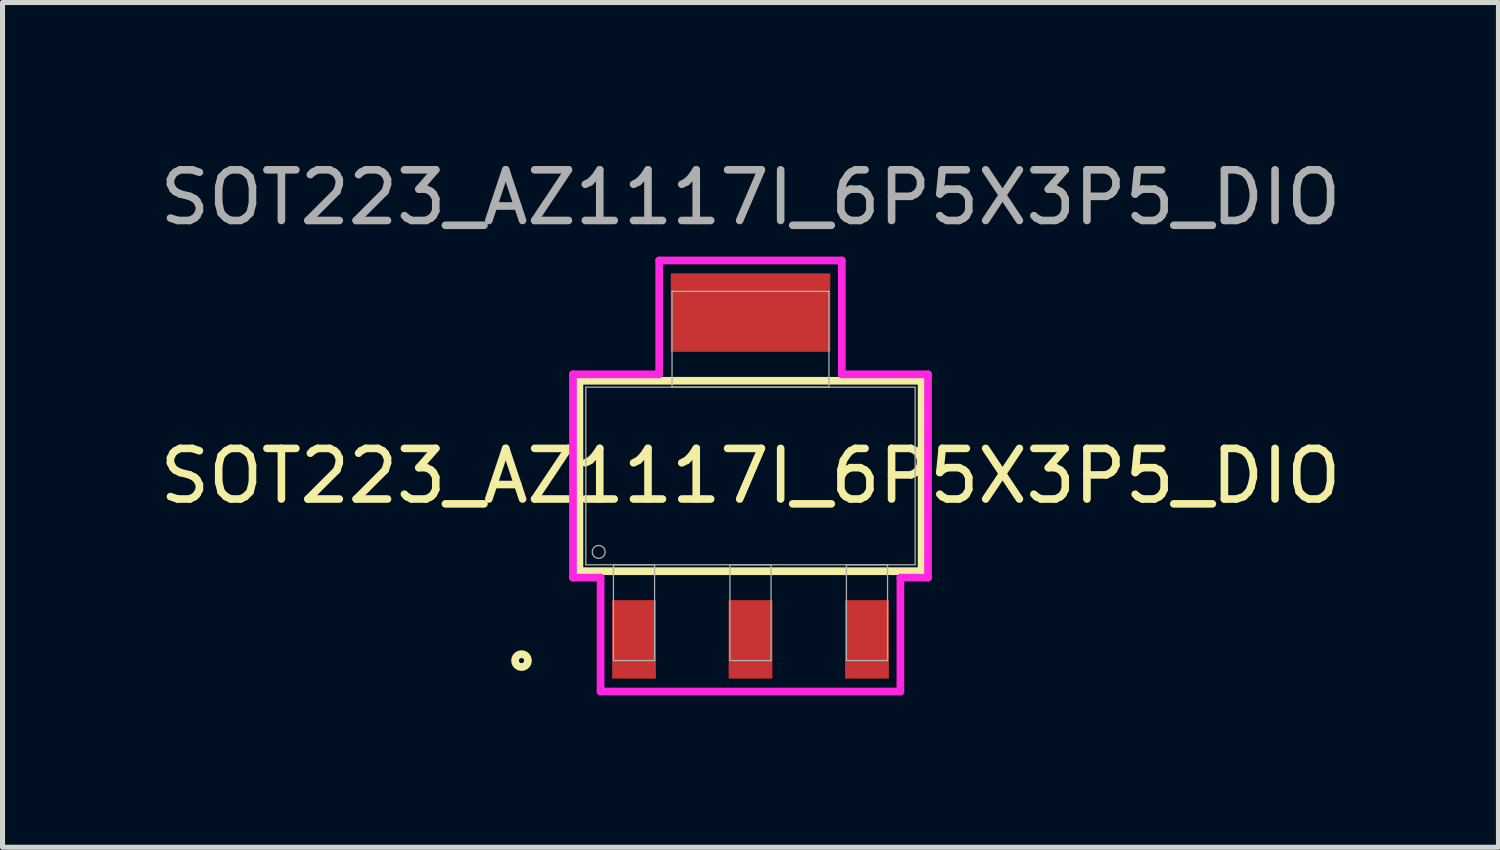
<source format=kicad_pcb>
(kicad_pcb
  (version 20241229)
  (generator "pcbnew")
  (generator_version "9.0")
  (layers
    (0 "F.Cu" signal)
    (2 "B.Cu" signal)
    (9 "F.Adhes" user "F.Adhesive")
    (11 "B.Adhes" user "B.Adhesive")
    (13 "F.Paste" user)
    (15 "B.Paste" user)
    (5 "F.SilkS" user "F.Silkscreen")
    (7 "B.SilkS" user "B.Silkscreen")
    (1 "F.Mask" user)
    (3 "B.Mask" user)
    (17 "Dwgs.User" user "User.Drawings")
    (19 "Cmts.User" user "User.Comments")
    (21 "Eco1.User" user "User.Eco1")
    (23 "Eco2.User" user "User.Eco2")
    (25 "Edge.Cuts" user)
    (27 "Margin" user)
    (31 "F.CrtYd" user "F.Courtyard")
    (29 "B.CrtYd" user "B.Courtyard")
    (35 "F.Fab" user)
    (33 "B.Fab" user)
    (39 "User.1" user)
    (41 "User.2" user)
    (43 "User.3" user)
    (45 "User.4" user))
  (footprint "SOT223_AZ1117I_6P5X3P5_DIO"
    (layer "F.Cu")
    (at 11.768 6.348)
    (property "Reference" "SOT223_AZ1117I_6P5X3P5_DIO" (at 0 0 0) (unlocked yes) (layer "F.SilkS") (effects (font (size 1 1) (thickness 0.15))))
    (attr smd)
    (fp_poly (pts (xy 1.575 -4) (xy -1.575 -4) (xy -1.575 -2.451) (xy 1.575 -2.451)) (stroke (width 0) (type solid)) (fill yes) (layer "F.Cu"))
    (fp_poly (pts (xy 1.6 -4.356) (xy -1.6 -4.356) (xy -1.6 -2.095) (xy 1.6 -2.095)) (stroke (width 0) (type solid)) (fill yes) (layer "F.Mask"))
    (fp_line (start -3.378 -1.88) (end -3.378 1.88) (stroke (width 0.152) (type solid)) (layer "F.SilkS"))
    (fp_line (start -3.378 1.88) (end 3.378 1.88) (stroke (width 0.152) (type solid)) (layer "F.SilkS"))
    (fp_line (start 3.378 -1.88) (end -3.378 -1.88) (stroke (width 0.152) (type solid)) (layer "F.SilkS"))
    (fp_line (start 3.378 1.88) (end 3.378 -1.88) (stroke (width 0.152) (type solid)) (layer "F.SilkS"))
    (fp_circle (center -4.521 3.645) (end -4.394 3.645) (stroke (width 0.152) (type solid)) (fill no) (layer "F.SilkS"))
    (fp_poly (pts (xy 1.575 -4) (xy -1.575 -4) (xy -1.575 -2.451) (xy 1.575 -2.451)) (stroke (width 0) (type solid)) (fill yes) (layer "F.Paste"))
    (fp_line (start -3.505 -2.007) (end -1.803 -2.007) (stroke (width 0.152) (type solid)) (layer "F.CrtYd"))
    (fp_line (start -3.505 2.007) (end -3.505 -2.007) (stroke (width 0.152) (type solid)) (layer "F.CrtYd"))
    (fp_line (start -2.96 2.007) (end -3.505 2.007) (stroke (width 0.152) (type solid)) (layer "F.CrtYd"))
    (fp_line (start -2.96 4.255) (end -2.96 2.007) (stroke (width 0.152) (type solid)) (layer "F.CrtYd"))
    (fp_line (start -1.803 -4.255) (end 1.803 -4.255) (stroke (width 0.152) (type solid)) (layer "F.CrtYd"))
    (fp_line (start -1.803 -2.007) (end -1.803 -4.255) (stroke (width 0.152) (type solid)) (layer "F.CrtYd"))
    (fp_line (start 1.803 -4.255) (end 1.803 -2.007) (stroke (width 0.152) (type solid)) (layer "F.CrtYd"))
    (fp_line (start 1.803 -2.007) (end 3.505 -2.007) (stroke (width 0.152) (type solid)) (layer "F.CrtYd"))
    (fp_line (start 2.96 2.007) (end 2.96 4.255) (stroke (width 0.152) (type solid)) (layer "F.CrtYd"))
    (fp_line (start 2.96 4.255) (end -2.96 4.255) (stroke (width 0.152) (type solid)) (layer "F.CrtYd"))
    (fp_line (start 3.505 -2.007) (end 3.505 2.007) (stroke (width 0.152) (type solid)) (layer "F.CrtYd"))
    (fp_line (start 3.505 2.007) (end 2.96 2.007) (stroke (width 0.152) (type solid)) (layer "F.CrtYd"))
    (fp_line (start -3.251 -1.753) (end -3.251 1.753) (stroke (width 0.025) (type solid)) (layer "F.Fab"))
    (fp_line (start -3.251 1.753) (end 3.251 1.753) (stroke (width 0.025) (type solid)) (layer "F.Fab"))
    (fp_line (start -2.706 1.753) (end -2.706 3.645) (stroke (width 0.025) (type solid)) (layer "F.Fab"))
    (fp_line (start -2.706 3.645) (end -1.894 3.645) (stroke (width 0.025) (type solid)) (layer "F.Fab"))
    (fp_line (start -1.894 1.753) (end -2.706 1.753) (stroke (width 0.025) (type solid)) (layer "F.Fab"))
    (fp_line (start -1.894 3.645) (end -1.894 1.753) (stroke (width 0.025) (type solid)) (layer "F.Fab"))
    (fp_line (start -1.549 -3.645) (end -1.549 -1.753) (stroke (width 0.025) (type solid)) (layer "F.Fab"))
    (fp_line (start -1.549 -1.753) (end 1.549 -1.753) (stroke (width 0.025) (type solid)) (layer "F.Fab"))
    (fp_line (start -0.406 1.753) (end -0.406 3.645) (stroke (width 0.025) (type solid)) (layer "F.Fab"))
    (fp_line (start -0.406 3.645) (end 0.406 3.645) (stroke (width 0.025) (type solid)) (layer "F.Fab"))
    (fp_line (start 0.406 1.753) (end -0.406 1.753) (stroke (width 0.025) (type solid)) (layer "F.Fab"))
    (fp_line (start 0.406 3.645) (end 0.406 1.753) (stroke (width 0.025) (type solid)) (layer "F.Fab"))
    (fp_line (start 1.549 -3.645) (end -1.549 -3.645) (stroke (width 0.025) (type solid)) (layer "F.Fab"))
    (fp_line (start 1.549 -1.753) (end 1.549 -3.645) (stroke (width 0.025) (type solid)) (layer "F.Fab"))
    (fp_line (start 1.894 1.753) (end 1.894 3.645) (stroke (width 0.025) (type solid)) (layer "F.Fab"))
    (fp_line (start 1.894 3.645) (end 2.706 3.645) (stroke (width 0.025) (type solid)) (layer "F.Fab"))
    (fp_line (start 2.706 1.753) (end 1.894 1.753) (stroke (width 0.025) (type solid)) (layer "F.Fab"))
    (fp_line (start 2.706 3.645) (end 2.706 1.753) (stroke (width 0.025) (type solid)) (layer "F.Fab"))
    (fp_line (start 3.251 -1.753) (end -3.251 -1.753) (stroke (width 0.025) (type solid)) (layer "F.Fab"))
    (fp_line (start 3.251 1.753) (end 3.251 -1.753) (stroke (width 0.025) (type solid)) (layer "F.Fab"))
    (fp_circle (center -2.997 1.499) (end -2.87 1.499) (stroke (width 0.025) (type solid)) (fill no) (layer "F.Fab"))
    (fp_text user "${REFERENCE}" (at 0 -5.5 0) (unlocked yes) (layer "F.Fab") (effects (font (size 1 1) (thickness 0.15))))
    (pad "1" smd rect (at -2.3 3.226) (size 0.864 1.549) (layers "F.Cu" "F.Mask" "F.Paste"))
    (pad "2" smd rect (at 0 3.226) (size 0.864 1.549) (layers "F.Cu" "F.Mask" "F.Paste"))
    (pad "3" smd rect (at 2.3 3.226) (size 0.864 1.549) (layers "F.Cu" "F.Mask" "F.Paste")))
  (gr_rect
    (start -3 -3)
    (end 26.536 13.679)
    (stroke (width 0.1) (type default))
    (fill no)
    (layer "Edge.Cuts")))
</source>
